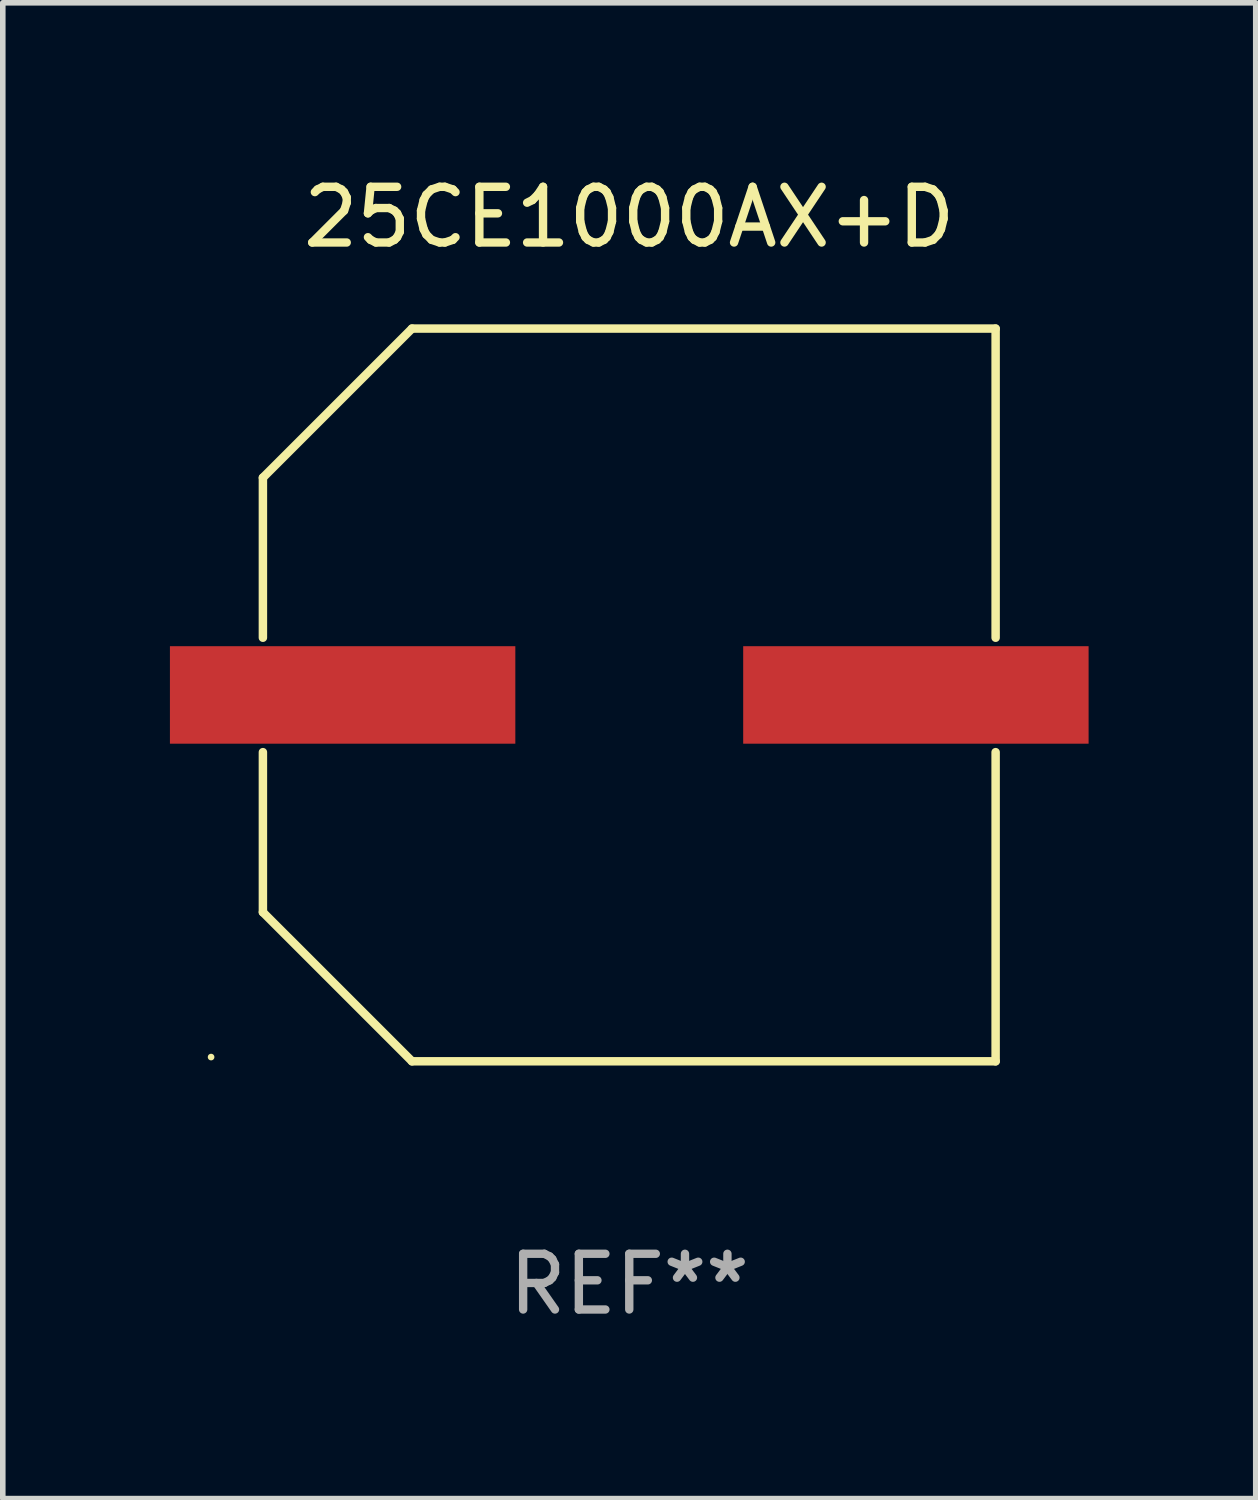
<source format=kicad_pcb>
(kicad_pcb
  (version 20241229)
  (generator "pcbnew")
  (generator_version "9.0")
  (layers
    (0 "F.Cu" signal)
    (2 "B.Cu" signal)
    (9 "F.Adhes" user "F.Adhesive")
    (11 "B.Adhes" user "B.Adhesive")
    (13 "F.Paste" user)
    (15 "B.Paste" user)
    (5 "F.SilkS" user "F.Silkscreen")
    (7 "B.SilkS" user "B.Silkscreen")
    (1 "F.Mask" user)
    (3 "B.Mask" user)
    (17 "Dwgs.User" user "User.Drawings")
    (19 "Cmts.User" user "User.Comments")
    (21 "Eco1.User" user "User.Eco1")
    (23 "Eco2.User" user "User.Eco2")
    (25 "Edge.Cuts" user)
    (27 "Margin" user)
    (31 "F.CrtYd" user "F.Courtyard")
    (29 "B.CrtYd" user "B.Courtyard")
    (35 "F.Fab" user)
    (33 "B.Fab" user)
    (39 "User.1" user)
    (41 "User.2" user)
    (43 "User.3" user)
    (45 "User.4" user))
  (footprint "25CE1000AX+D"
    (layer "F.Cu")
    (at 8.245 9.424)
    (property "Reference" "25CE1000AX+D" (at 0 -8.576 0) (layer "F.SilkS") (effects (font (size 1 1) (thickness 0.15))))
    (attr through_hole)
    (fp_line (start -6.576 -3.9) (end -6.576 -1.027) (stroke (width 0.152) (type solid)) (layer "F.SilkS"))
    (fp_line (start -6.576 3.9) (end -6.576 1.027) (stroke (width 0.152) (type solid)) (layer "F.SilkS"))
    (fp_line (start -3.9 -6.576) (end -6.576 -3.9) (stroke (width 0.152) (type solid)) (layer "F.SilkS"))
    (fp_line (start -3.9 6.576) (end -6.576 3.9) (stroke (width 0.152) (type solid)) (layer "F.SilkS"))
    (fp_line (start 6.576 -6.576) (end -3.9 -6.576) (stroke (width 0.152) (type solid)) (layer "F.SilkS"))
    (fp_line (start 6.576 -1.027) (end 6.576 -6.576) (stroke (width 0.152) (type solid)) (layer "F.SilkS"))
    (fp_line (start 6.576 1.027) (end 6.576 6.576) (stroke (width 0.152) (type solid)) (layer "F.SilkS"))
    (fp_line (start 6.576 6.576) (end -3.9 6.576) (stroke (width 0.152) (type solid)) (layer "F.SilkS"))
    (fp_circle (center -7.506 6.5) (end -7.476 6.5) (stroke (width 0.06) (type solid)) (fill no) (layer "F.SilkS"))
    (fp_text user "REF**" (at 0 10.576 0) (layer "F.Fab") (effects (font (size 1 1) (thickness 0.15))))
    (pad "1" smd rect (at -5.145 0) (size 6.2 1.75) (layers "F.Cu" "F.Mask" "F.Paste"))
    (pad "2" smd rect (at 5.145 0) (size 6.2 1.75) (layers "F.Cu" "F.Mask" "F.Paste")))
  (gr_rect
    (start -3 -3)
    (end 19.49 23.849)
    (stroke (width 0.1) (type default))
    (fill no)
    (layer "Edge.Cuts")))
</source>
